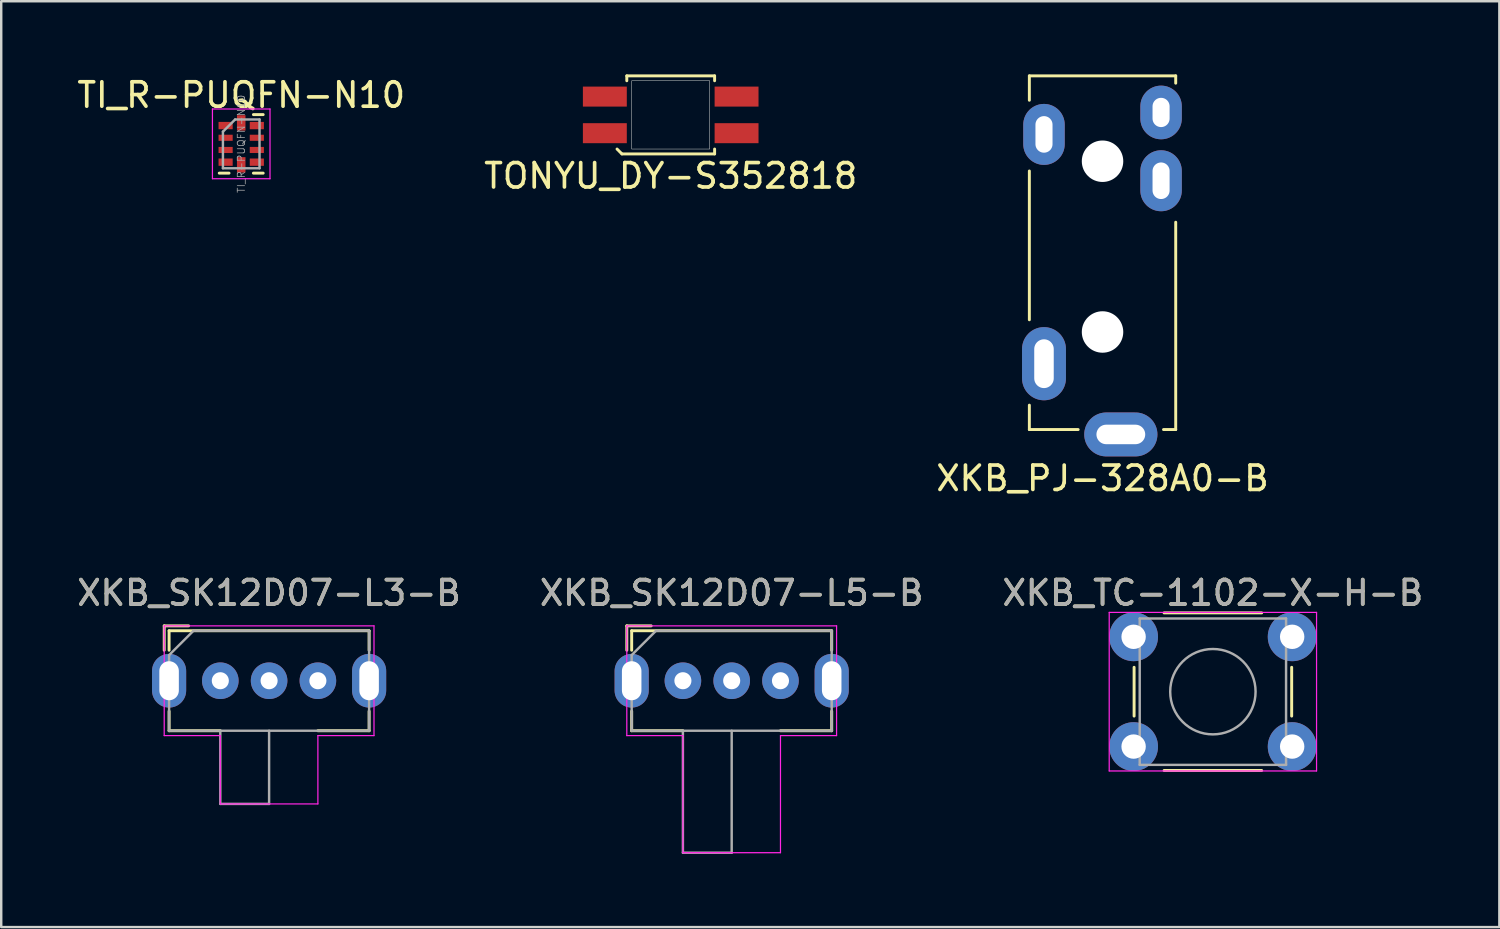
<source format=kicad_pcb>
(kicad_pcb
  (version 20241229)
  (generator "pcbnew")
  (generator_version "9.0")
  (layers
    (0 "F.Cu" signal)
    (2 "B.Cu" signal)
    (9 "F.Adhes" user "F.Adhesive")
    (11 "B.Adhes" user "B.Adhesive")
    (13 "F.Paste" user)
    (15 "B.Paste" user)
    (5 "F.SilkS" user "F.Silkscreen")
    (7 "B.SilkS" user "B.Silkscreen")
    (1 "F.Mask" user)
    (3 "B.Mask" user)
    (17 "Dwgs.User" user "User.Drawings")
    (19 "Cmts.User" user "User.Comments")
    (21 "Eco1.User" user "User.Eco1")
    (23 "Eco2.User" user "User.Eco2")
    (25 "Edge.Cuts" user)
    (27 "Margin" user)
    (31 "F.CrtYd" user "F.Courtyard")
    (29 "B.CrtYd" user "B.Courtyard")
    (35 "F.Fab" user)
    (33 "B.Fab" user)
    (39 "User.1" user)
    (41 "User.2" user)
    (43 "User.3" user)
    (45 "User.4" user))
  (footprint "XKB_TC-1102-X-H-B"
    (layer "F.Cu")
    (at 46.673 25.306)
    (property "Reference" "XKB_TC-1102-X-H-B" (at 0 -4.05 0) (layer "F.SilkS") (effects (font (size 1 1) (thickness 0.15))))
    (attr through_hole)
    (fp_line (start -3.23 -1) (end -3.23 1) (stroke (width 0.12) (type solid)) (layer "F.SilkS"))
    (fp_line (start -2 -3.23) (end 2 -3.23) (stroke (width 0.12) (type solid)) (layer "F.SilkS"))
    (fp_line (start -2 3.23) (end 2 3.23) (stroke (width 0.12) (type solid)) (layer "F.SilkS"))
    (fp_line (start 3.23 -1) (end 3.23 1) (stroke (width 0.12) (type solid)) (layer "F.SilkS"))
    (fp_line (start -4.25 -3.25) (end -4.25 3.25) (stroke (width 0.05) (type solid)) (layer "F.CrtYd"))
    (fp_line (start -4.25 -3.25) (end 4.25 -3.25) (stroke (width 0.05) (type solid)) (layer "F.CrtYd"))
    (fp_line (start -4.25 3.25) (end 4.25 3.25) (stroke (width 0.05) (type solid)) (layer "F.CrtYd"))
    (fp_line (start 4.25 3.25) (end 4.25 -3.25) (stroke (width 0.05) (type solid)) (layer "F.CrtYd"))
    (fp_line (start -3 -3) (end -3 3) (stroke (width 0.1) (type solid)) (layer "F.Fab"))
    (fp_line (start -3 3) (end 3 3) (stroke (width 0.1) (type solid)) (layer "F.Fab"))
    (fp_line (start 3 -3) (end -3 -3) (stroke (width 0.1) (type solid)) (layer "F.Fab"))
    (fp_line (start 3 3) (end 3 -3) (stroke (width 0.1) (type solid)) (layer "F.Fab"))
    (fp_circle (center 0 0) (end 1.75 0) (stroke (width 0.1) (type solid)) (fill no) (layer "F.Fab"))
    (fp_text user "${REFERENCE}" (at 0 -4.05 0) (layer "F.Fab") (effects (font (size 1 1) (thickness 0.15))))
    (pad "1" thru_hole circle (at -3.25 -2.25) (size 2 2) (drill 1) (layers "*.Cu" "*.Mask"))
    (pad "1" thru_hole circle (at 3.25 -2.25) (size 2 2) (drill 1) (layers "*.Cu" "*.Mask"))
    (pad "2" thru_hole circle (at -3.25 2.25) (size 2 2) (drill 1) (layers "*.Cu" "*.Mask"))
    (pad "2" thru_hole circle (at 3.25 2.25) (size 2 2) (drill 1) (layers "*.Cu" "*.Mask")))
  (footprint "XKB_SK12D07-L3-B"
    (layer "F.Cu")
    (at 7.982 24.857)
    (property "Reference" "XKB_SK12D07-L3-B" (at 0 -3.6 0) (layer "F.SilkS") (effects (font (size 1 1) (thickness 0.15))))
    (attr through_hole)
    (fp_line (start -4.3 -2.25) (end -4.3 -1.25) (stroke (width 0.12) (type solid)) (layer "F.SilkS"))
    (fp_line (start -4.1 -2.05) (end -4.1 -1.25) (stroke (width 0.12) (type solid)) (layer "F.SilkS"))
    (fp_line (start -4.1 -2.05) (end 4.1 -2.05) (stroke (width 0.12) (type solid)) (layer "F.SilkS"))
    (fp_line (start -4.1 1.25) (end -4.1 2.05) (stroke (width 0.12) (type solid)) (layer "F.SilkS"))
    (fp_line (start -4.1 2.05) (end -2 2.05) (stroke (width 0.12) (type solid)) (layer "F.SilkS"))
    (fp_line (start -3.3 -2.25) (end -4.3 -2.25) (stroke (width 0.12) (type solid)) (layer "F.SilkS"))
    (fp_line (start 4.1 -2.038) (end 4.1 -1.25) (stroke (width 0.12) (type solid)) (layer "F.SilkS"))
    (fp_line (start 4.1 1.25) (end 4.1 2.05) (stroke (width 0.12) (type solid)) (layer "F.SilkS"))
    (fp_line (start 4.1 2.05) (end 2 2.05) (stroke (width 0.12) (type solid)) (layer "F.SilkS"))
    (fp_line (start -4.3 -2.25) (end 4.3 -2.25) (stroke (width 0.05) (type solid)) (layer "F.CrtYd"))
    (fp_line (start -4.3 2.25) (end -4.3 -2.25) (stroke (width 0.05) (type solid)) (layer "F.CrtYd"))
    (fp_line (start -2 2.25) (end -4.3 2.25) (stroke (width 0.05) (type solid)) (layer "F.CrtYd"))
    (fp_line (start -2 2.25) (end -2 5.05) (stroke (width 0.05) (type solid)) (layer "F.CrtYd"))
    (fp_line (start 2 5.05) (end -2 5.05) (stroke (width 0.05) (type solid)) (layer "F.CrtYd"))
    (fp_line (start 2 5.05) (end 2 2.25) (stroke (width 0.05) (type solid)) (layer "F.CrtYd"))
    (fp_line (start 4.3 -2.25) (end 4.3 2.25) (stroke (width 0.05) (type solid)) (layer "F.CrtYd"))
    (fp_line (start 4.3 2.25) (end 2 2.25) (stroke (width 0.05) (type solid)) (layer "F.CrtYd"))
    (fp_line (start -4.1 2.05) (end -4.1 -1.05) (stroke (width 0.1) (type solid)) (layer "F.Fab"))
    (fp_line (start -3.1 -2.05) (end -4.1 -1.05) (stroke (width 0.1) (type solid)) (layer "F.Fab"))
    (fp_line (start -3.1 -2.05) (end 4.1 -2.05) (stroke (width 0.1) (type solid)) (layer "F.Fab"))
    (fp_line (start -2 2.05) (end -2 5.05) (stroke (width 0.1) (type solid)) (layer "F.Fab"))
    (fp_line (start -2 5.05) (end 0 5.05) (stroke (width 0.1) (type solid)) (layer "F.Fab"))
    (fp_line (start 0 5.05) (end 0 2.05) (stroke (width 0.1) (type solid)) (layer "F.Fab"))
    (fp_line (start 4.1 -2.05) (end 4.1 2.05) (stroke (width 0.1) (type solid)) (layer "F.Fab"))
    (fp_line (start 4.1 2.05) (end -4.1 2.05) (stroke (width 0.1) (type solid)) (layer "F.Fab"))
    (fp_text user "${REFERENCE}" (at 0 -3.6 0) (layer "F.Fab") (effects (font (size 1 1) (thickness 0.15))))
    (pad "" thru_hole oval (at -4.1 0) (size 1.4 2.2) (drill oval 0.8 1.6) (layers "*.Cu" "*.Mask"))
    (pad "" thru_hole oval (at 4.1 0) (size 1.4 2.2) (drill oval 0.8 1.6) (layers "*.Cu" "*.Mask"))
    (pad "1" thru_hole circle (at -2 0) (size 1.5 1.5) (drill 0.7) (layers "*.Cu" "*.Mask"))
    (pad "2" thru_hole circle (at 0 0) (size 1.5 1.5) (drill 0.7) (layers "*.Cu" "*.Mask"))
    (pad "3" thru_hole circle (at 2 0) (size 1.5 1.5) (drill 0.7) (layers "*.Cu" "*.Mask")))
  (footprint "XKB_PJ-328A0-B"
    (layer "F.Cu")
    (at 42.149 7.06)
    (property "Reference" "XKB_PJ-328A0-B" (at 0 9.5 0) (layer "F.SilkS") (effects (font (size 1 1) (thickness 0.15))))
    (attr through_hole)
    (fp_line (start -3 -7) (end -3 -6) (stroke (width 0.12) (type solid)) (layer "F.SilkS"))
    (fp_line (start -3 -7) (end 3 -7) (stroke (width 0.12) (type solid)) (layer "F.SilkS"))
    (fp_line (start -3 -3.1) (end -3 3) (stroke (width 0.12) (type solid)) (layer "F.SilkS"))
    (fp_line (start -3 6.5) (end -3 7.5) (stroke (width 0.12) (type solid)) (layer "F.SilkS"))
    (fp_line (start -3 7.5) (end -1 7.5) (stroke (width 0.12) (type solid)) (layer "F.SilkS"))
    (fp_line (start 2.5 7.5) (end 3 7.5) (stroke (width 0.12) (type solid)) (layer "F.SilkS"))
    (fp_line (start 3 -7) (end 3 -6.7) (stroke (width 0.12) (type solid)) (layer "F.SilkS"))
    (fp_line (start 3 7.5) (end 3 -1) (stroke (width 0.12) (type solid)) (layer "F.SilkS"))
    (pad "" np_thru_hole circle (at 0 -3.5) (size 1.7 1.7) (drill 1.7) (layers "*.Cu" "*.Mask"))
    (pad "" np_thru_hole circle (at 0 3.5) (size 1.7 1.7) (drill 1.7) (layers "*.Cu" "*.Mask"))
    (pad "R" thru_hole oval (at 2.4 -2.7) (size 1.7 2.5) (drill oval 0.7 1.5) (layers "*.Cu" "*.Mask"))
    (pad "RN" thru_hole oval (at 2.4 -5.5) (size 1.7 2.2) (drill oval 0.7 1.2) (layers "*.Cu" "*.Mask"))
    (pad "S" thru_hole oval (at -2.4 -4.6) (size 1.7 2.5) (drill oval 0.7 1.5) (layers "*.Cu" "*.Mask"))
    (pad "T" thru_hole oval (at -2.4 4.8) (size 1.8 3) (drill oval 0.8 2) (layers "*.Cu" "*.Mask"))
    (pad "TN" thru_hole oval (at 0.75 7.7 90) (size 1.8 3) (drill oval 0.8 2) (layers "*.Cu" "*.Mask")))
  (footprint "TI_R-PUQFN-N10"
    (layer "F.Cu")
    (at 6.839 2.848)
    (property "Reference" "TI_R-PUQFN-N10" (at 0 -2 0) (layer "F.SilkS") (effects (font (size 1 1) (thickness 0.15))))
    (attr smd)
    (fp_line (start -0.5 1.2) (end -0.9 1.2) (stroke (width 0.12) (type solid)) (layer "F.SilkS"))
    (fp_line (start 0.9 -1.2) (end 0.5 -1.2) (stroke (width 0.12) (type solid)) (layer "F.SilkS"))
    (fp_line (start 0.9 1.2) (end 0.5 1.2) (stroke (width 0.12) (type solid)) (layer "F.SilkS"))
    (fp_line (start -1.18 -1.43) (end 1.18 -1.43) (stroke (width 0.05) (type solid)) (layer "F.CrtYd"))
    (fp_line (start -1.18 1.43) (end -1.18 -1.43) (stroke (width 0.05) (type solid)) (layer "F.CrtYd"))
    (fp_line (start 1.18 -1.43) (end 1.18 1.43) (stroke (width 0.05) (type solid)) (layer "F.CrtYd"))
    (fp_line (start 1.18 1.43) (end -1.18 1.43) (stroke (width 0.05) (type solid)) (layer "F.CrtYd"))
    (fp_line (start -0.75 1) (end -0.75 -0.5) (stroke (width 0.1) (type solid)) (layer "F.Fab"))
    (fp_line (start -0.25 -1) (end -0.75 -0.5) (stroke (width 0.1) (type solid)) (layer "F.Fab"))
    (fp_line (start -0.25 -1) (end 0.75 -1) (stroke (width 0.1) (type solid)) (layer "F.Fab"))
    (fp_line (start 0.75 -1) (end 0.75 1) (stroke (width 0.1) (type solid)) (layer "F.Fab"))
    (fp_line (start 0.75 1) (end -0.75 1) (stroke (width 0.1) (type solid)) (layer "F.Fab"))
    (fp_text user "${REFERENCE}" (at 0 0 270) (layer "F.Fab") (effects (font (size 0.3 0.3) (thickness 0.03))))
    (pad "1" smd rect (at -0.64 -0.75 270) (size 0.3 0.58) (layers "F.Cu" "F.Mask" "F.Paste"))
    (pad "2" smd rect (at -0.64 -0.25 270) (size 0.25 0.58) (layers "F.Cu" "F.Mask" "F.Paste"))
    (pad "3" smd rect (at -0.64 0.25 270) (size 0.25 0.58) (layers "F.Cu" "F.Mask" "F.Paste"))
    (pad "4" smd rect (at -0.64 0.75 270) (size 0.3 0.58) (layers "F.Cu" "F.Mask" "F.Paste"))
    (pad "5" smd rect (at 0 0.86 90) (size 0.63 0.35) (layers "F.Cu" "F.Mask" "F.Paste"))
    (pad "6" smd rect (at 0.64 0.75 90) (size 0.3 0.58) (layers "F.Cu" "F.Mask" "F.Paste"))
    (pad "7" smd rect (at 0.64 0.25 90) (size 0.25 0.58) (layers "F.Cu" "F.Mask" "F.Paste"))
    (pad "8" smd rect (at 0.64 -0.25 90) (size 0.25 0.58) (layers "F.Cu" "F.Mask" "F.Paste"))
    (pad "9" smd rect (at 0.64 -0.75 90) (size 0.3 0.58) (layers "F.Cu" "F.Mask" "F.Paste"))
    (pad "10" smd rect (at 0 -0.86 270) (size 0.63 0.35) (layers "F.Cu" "F.Mask" "F.Paste")))
  (footprint "TONYU_DY-S352818"
    (layer "F.Cu")
    (at 24.446 1.66)
    (property "Reference" "TONYU_DY-S352818" (at 0 2.5 0) (unlocked yes) (layer "F.SilkS") (effects (font (size 1 1) (thickness 0.15))))
    (attr smd)
    (fp_line (start -2 1.6) (end -2.2 1.4) (stroke (width 0.12) (type solid)) (layer "F.SilkS"))
    (fp_line (start -2 1.6) (end 1.8 1.6) (stroke (width 0.12) (type solid)) (layer "F.SilkS"))
    (fp_line (start -1.8 -1.6) (end -1.8 -1.4) (stroke (width 0.12) (type solid)) (layer "F.SilkS"))
    (fp_line (start -1.8 -1.6) (end 1.8 -1.6) (stroke (width 0.12) (type solid)) (layer "F.SilkS"))
    (fp_line (start 1.8 -1.6) (end 1.8 -1.4) (stroke (width 0.12) (type solid)) (layer "F.SilkS"))
    (fp_line (start 1.8 1.6) (end 1.8 1.4) (stroke (width 0.12) (type solid)) (layer "F.SilkS"))
    (fp_rect (start -1.6 -1.4) (end 1.6 1.4) (stroke (width 0.02) (type solid)) (fill no) (layer "Edge.Cuts"))
    (pad "1" smd rect (at 2.7 -0.75) (size 1.8 0.82) (layers "F.Cu" "F.Mask" "F.Paste"))
    (pad "2" smd rect (at 2.7 0.75) (size 1.8 0.82) (layers "F.Cu" "F.Mask" "F.Paste"))
    (pad "3" smd rect (at -2.7 0.75) (size 1.8 0.82) (layers "F.Cu" "F.Mask" "F.Paste"))
    (pad "4" smd rect (at -2.7 -0.75) (size 1.8 0.82) (layers "F.Cu" "F.Mask" "F.Paste")))
  (footprint "XKB_SK12D07-L5-B"
    (layer "F.Cu")
    (at 26.946 24.857)
    (property "Reference" "XKB_SK12D07-L5-B" (at 0 -3.6 0) (layer "F.SilkS") (effects (font (size 1 1) (thickness 0.15))))
    (attr through_hole)
    (fp_line (start -4.3 -2.25) (end -4.3 -1.25) (stroke (width 0.12) (type solid)) (layer "F.SilkS"))
    (fp_line (start -4.1 -2.05) (end -4.1 -1.25) (stroke (width 0.12) (type solid)) (layer "F.SilkS"))
    (fp_line (start -4.1 -2.05) (end 4.1 -2.05) (stroke (width 0.12) (type solid)) (layer "F.SilkS"))
    (fp_line (start -4.1 1.25) (end -4.1 2.05) (stroke (width 0.12) (type solid)) (layer "F.SilkS"))
    (fp_line (start -4.1 2.05) (end -2 2.05) (stroke (width 0.12) (type solid)) (layer "F.SilkS"))
    (fp_line (start -3.3 -2.25) (end -4.3 -2.25) (stroke (width 0.12) (type solid)) (layer "F.SilkS"))
    (fp_line (start 4.1 -2.038) (end 4.1 -1.25) (stroke (width 0.12) (type solid)) (layer "F.SilkS"))
    (fp_line (start 4.1 1.25) (end 4.1 2.05) (stroke (width 0.12) (type solid)) (layer "F.SilkS"))
    (fp_line (start 4.1 2.05) (end 2 2.05) (stroke (width 0.12) (type solid)) (layer "F.SilkS"))
    (fp_line (start -4.3 -2.25) (end 4.3 -2.25) (stroke (width 0.05) (type solid)) (layer "F.CrtYd"))
    (fp_line (start -4.3 2.25) (end -4.3 -2.25) (stroke (width 0.05) (type solid)) (layer "F.CrtYd"))
    (fp_line (start -2 2.25) (end -4.3 2.25) (stroke (width 0.05) (type solid)) (layer "F.CrtYd"))
    (fp_line (start -2 2.25) (end -2 7.05) (stroke (width 0.05) (type solid)) (layer "F.CrtYd"))
    (fp_line (start 2 7.05) (end -2 7.05) (stroke (width 0.05) (type solid)) (layer "F.CrtYd"))
    (fp_line (start 2 7.05) (end 2 2.25) (stroke (width 0.05) (type solid)) (layer "F.CrtYd"))
    (fp_line (start 4.3 -2.25) (end 4.3 2.25) (stroke (width 0.05) (type solid)) (layer "F.CrtYd"))
    (fp_line (start 4.3 2.25) (end 2 2.25) (stroke (width 0.05) (type solid)) (layer "F.CrtYd"))
    (fp_line (start -4.1 2.05) (end -4.1 -1.05) (stroke (width 0.1) (type solid)) (layer "F.Fab"))
    (fp_line (start -3.1 -2.05) (end -4.1 -1.05) (stroke (width 0.1) (type solid)) (layer "F.Fab"))
    (fp_line (start -3.1 -2.05) (end 4.1 -2.05) (stroke (width 0.1) (type solid)) (layer "F.Fab"))
    (fp_line (start -2 2.05) (end -2 7.05) (stroke (width 0.1) (type solid)) (layer "F.Fab"))
    (fp_line (start -2 7.05) (end 0 7.05) (stroke (width 0.1) (type solid)) (layer "F.Fab"))
    (fp_line (start 0 7.05) (end 0 2.05) (stroke (width 0.1) (type solid)) (layer "F.Fab"))
    (fp_line (start 4.1 -2.05) (end 4.1 2.05) (stroke (width 0.1) (type solid)) (layer "F.Fab"))
    (fp_line (start 4.1 2.05) (end -4.1 2.05) (stroke (width 0.1) (type solid)) (layer "F.Fab"))
    (fp_text user "${REFERENCE}" (at 0 -3.6 0) (layer "F.Fab") (effects (font (size 1 1) (thickness 0.15))))
    (pad "" thru_hole oval (at -4.1 0) (size 1.4 2.2) (drill oval 0.8 1.6) (layers "*.Cu" "*.Mask"))
    (pad "" thru_hole oval (at 4.1 0) (size 1.4 2.2) (drill oval 0.8 1.6) (layers "*.Cu" "*.Mask"))
    (pad "1" thru_hole circle (at -2 0) (size 1.5 1.5) (drill 0.7) (layers "*.Cu" "*.Mask"))
    (pad "2" thru_hole circle (at 0 0) (size 1.5 1.5) (drill 0.7) (layers "*.Cu" "*.Mask"))
    (pad "3" thru_hole circle (at 2 0) (size 1.5 1.5) (drill 0.7) (layers "*.Cu" "*.Mask")))
  (gr_rect
    (start -3 -3)
    (end 58.417 34.956)
    (stroke (width 0.1) (type default))
    (fill no)
    (layer "Edge.Cuts")))
</source>
